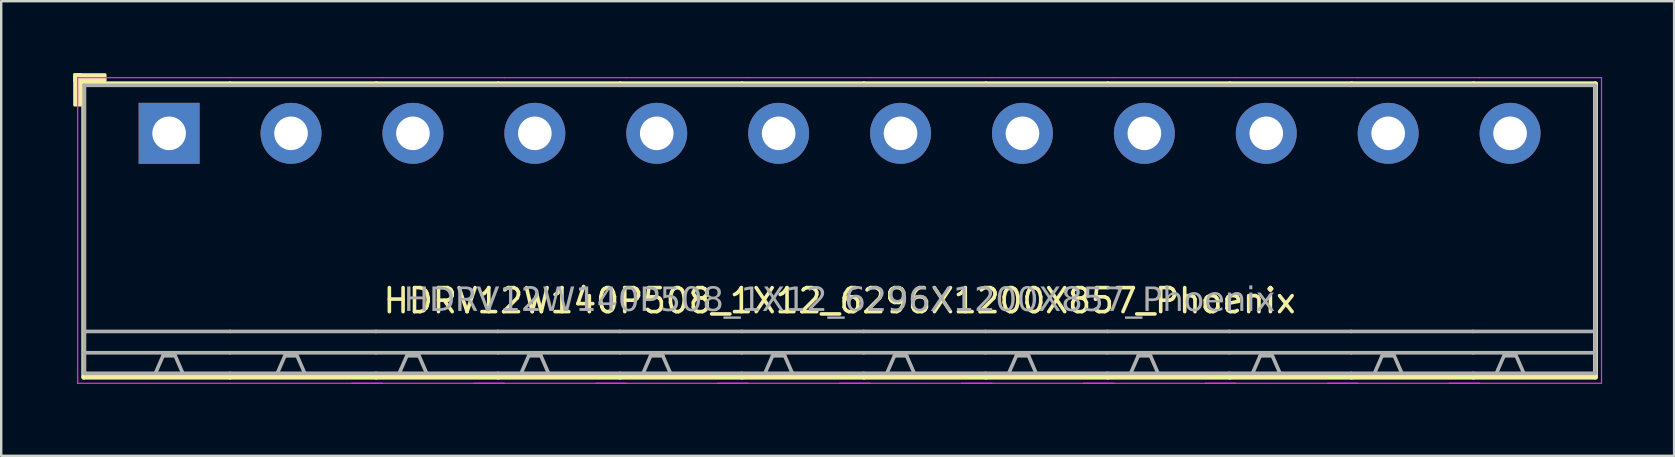
<source format=kicad_pcb>
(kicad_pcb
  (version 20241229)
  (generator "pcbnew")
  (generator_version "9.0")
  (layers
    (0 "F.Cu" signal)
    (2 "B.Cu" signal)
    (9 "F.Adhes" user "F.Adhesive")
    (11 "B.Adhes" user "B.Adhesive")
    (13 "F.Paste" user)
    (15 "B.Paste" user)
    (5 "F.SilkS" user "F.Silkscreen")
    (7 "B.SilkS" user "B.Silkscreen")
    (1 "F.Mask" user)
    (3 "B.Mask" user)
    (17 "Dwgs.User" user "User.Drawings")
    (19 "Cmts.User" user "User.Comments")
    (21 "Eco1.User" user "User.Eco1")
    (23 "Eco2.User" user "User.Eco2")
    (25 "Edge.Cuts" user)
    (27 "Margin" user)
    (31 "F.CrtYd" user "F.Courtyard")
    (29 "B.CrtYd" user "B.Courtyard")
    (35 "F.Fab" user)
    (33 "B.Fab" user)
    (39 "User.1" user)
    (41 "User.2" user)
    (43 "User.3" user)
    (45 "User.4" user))
  (footprint "HDRV12W140P508_1X12_6296X1200X857_Phoenix"
    (layer "F.Cu")
    (at 31.937 2.506)
    (property "Reference" "HDRV12W140P508_1X12_6296X1200X857_Phoenix" (at 0 6.975 0) (layer "F.SilkS") (effects (font (size 1 1) (thickness 0.15))))
    (attr through_hole)
    (fp_line (start -31.496 -2.065) (end -31.496 10.16) (stroke (width 0.203) (type solid)) (layer "F.SilkS"))
    (fp_line (start -31.496 10.16) (end -25.4 10.16) (stroke (width 0.203) (type solid)) (layer "F.SilkS"))
    (fp_line (start -25.4 -2.065) (end -31.496 -2.065) (stroke (width 0.203) (type solid)) (layer "F.SilkS"))
    (fp_line (start -25.4 -2.065) (end -19.304 -2.065) (stroke (width 0.203) (type solid)) (layer "F.SilkS"))
    (fp_line (start -19.304 -2.065) (end -14.224 -2.065) (stroke (width 0.203) (type solid)) (layer "F.SilkS"))
    (fp_line (start -19.304 10.16) (end -25.4 10.16) (stroke (width 0.203) (type solid)) (layer "F.SilkS"))
    (fp_line (start -14.224 -2.065) (end -9.144 -2.065) (stroke (width 0.203) (type solid)) (layer "F.SilkS"))
    (fp_line (start -14.224 10.16) (end -19.304 10.16) (stroke (width 0.203) (type solid)) (layer "F.SilkS"))
    (fp_line (start -9.144 -2.065) (end -4.064 -2.065) (stroke (width 0.203) (type solid)) (layer "F.SilkS"))
    (fp_line (start -9.144 10.16) (end -14.224 10.16) (stroke (width 0.203) (type solid)) (layer "F.SilkS"))
    (fp_line (start -4.064 -2.065) (end 1.016 -2.065) (stroke (width 0.203) (type solid)) (layer "F.SilkS"))
    (fp_line (start -4.064 10.16) (end -9.144 10.16) (stroke (width 0.203) (type solid)) (layer "F.SilkS"))
    (fp_line (start 1.016 -2.065) (end 6.096 -2.065) (stroke (width 0.203) (type solid)) (layer "F.SilkS"))
    (fp_line (start 1.016 10.16) (end -4.064 10.16) (stroke (width 0.203) (type solid)) (layer "F.SilkS"))
    (fp_line (start 6.096 -2.065) (end 11.176 -2.065) (stroke (width 0.203) (type solid)) (layer "F.SilkS"))
    (fp_line (start 6.096 10.16) (end 1.016 10.16) (stroke (width 0.203) (type solid)) (layer "F.SilkS"))
    (fp_line (start 11.176 -2.065) (end 16.256 -2.065) (stroke (width 0.203) (type solid)) (layer "F.SilkS"))
    (fp_line (start 11.176 10.16) (end 6.096 10.16) (stroke (width 0.203) (type solid)) (layer "F.SilkS"))
    (fp_line (start 16.256 -2.065) (end 21.336 -2.065) (stroke (width 0.203) (type solid)) (layer "F.SilkS"))
    (fp_line (start 16.256 10.16) (end 11.176 10.16) (stroke (width 0.203) (type solid)) (layer "F.SilkS"))
    (fp_line (start 21.336 -2.065) (end 26.416 -2.065) (stroke (width 0.203) (type solid)) (layer "F.SilkS"))
    (fp_line (start 21.336 10.16) (end 16.256 10.16) (stroke (width 0.203) (type solid)) (layer "F.SilkS"))
    (fp_line (start 26.416 -2.065) (end 31.496 -2.065) (stroke (width 0.203) (type solid)) (layer "F.SilkS"))
    (fp_line (start 26.416 10.16) (end 21.336 10.16) (stroke (width 0.203) (type solid)) (layer "F.SilkS"))
    (fp_line (start 31.496 -2.065) (end 31.496 10.16) (stroke (width 0.203) (type solid)) (layer "F.SilkS"))
    (fp_line (start 31.496 10.16) (end 26.416 10.16) (stroke (width 0.203) (type solid)) (layer "F.SilkS"))
    (fp_rect (start -31.877 -2.446) (end -31.623 -1.176) (stroke (width 0.12) (type solid)) (fill yes) (layer "F.SilkS"))
    (fp_rect (start -31.877 -2.446) (end -30.607 -2.192) (stroke (width 0.12) (type solid)) (fill yes) (layer "F.SilkS"))
    (fp_line (start -31.75 10.414) (end -31.75 -2.319) (stroke (width 0.05) (type solid)) (layer "F.CrtYd"))
    (fp_line (start -25.4 -2.319) (end -31.75 -2.319) (stroke (width 0.05) (type solid)) (layer "F.CrtYd"))
    (fp_line (start -25.4 -2.319) (end -19.05 -2.319) (stroke (width 0.05) (type solid)) (layer "F.CrtYd"))
    (fp_line (start -25.4 10.414) (end -31.75 10.414) (stroke (width 0.05) (type solid)) (layer "F.CrtYd"))
    (fp_line (start -25.4 10.414) (end -19.05 10.414) (stroke (width 0.05) (type solid)) (layer "F.CrtYd"))
    (fp_line (start -20.32 10.414) (end -13.97 10.414) (stroke (width 0.05) (type solid)) (layer "F.CrtYd"))
    (fp_line (start -19.05 -2.319) (end -13.97 -2.319) (stroke (width 0.05) (type solid)) (layer "F.CrtYd"))
    (fp_line (start -15.24 10.414) (end -8.89 10.414) (stroke (width 0.05) (type solid)) (layer "F.CrtYd"))
    (fp_line (start -13.97 -2.319) (end -8.89 -2.319) (stroke (width 0.05) (type solid)) (layer "F.CrtYd"))
    (fp_line (start -10.16 10.414) (end -3.81 10.414) (stroke (width 0.05) (type solid)) (layer "F.CrtYd"))
    (fp_line (start -8.89 -2.319) (end -3.81 -2.319) (stroke (width 0.05) (type solid)) (layer "F.CrtYd"))
    (fp_line (start -5.08 10.414) (end 1.27 10.414) (stroke (width 0.05) (type solid)) (layer "F.CrtYd"))
    (fp_line (start -3.81 -2.319) (end 1.27 -2.319) (stroke (width 0.05) (type solid)) (layer "F.CrtYd"))
    (fp_line (start 0 10.414) (end 6.35 10.414) (stroke (width 0.05) (type solid)) (layer "F.CrtYd"))
    (fp_line (start 1.27 -2.319) (end 6.35 -2.319) (stroke (width 0.05) (type solid)) (layer "F.CrtYd"))
    (fp_line (start 5.08 10.414) (end 11.43 10.414) (stroke (width 0.05) (type solid)) (layer "F.CrtYd"))
    (fp_line (start 6.35 -2.319) (end 11.43 -2.319) (stroke (width 0.05) (type solid)) (layer "F.CrtYd"))
    (fp_line (start 10.16 10.414) (end 16.51 10.414) (stroke (width 0.05) (type solid)) (layer "F.CrtYd"))
    (fp_line (start 11.43 -2.319) (end 16.51 -2.319) (stroke (width 0.05) (type solid)) (layer "F.CrtYd"))
    (fp_line (start 15.24 10.414) (end 21.59 10.414) (stroke (width 0.05) (type solid)) (layer "F.CrtYd"))
    (fp_line (start 16.51 -2.319) (end 21.59 -2.319) (stroke (width 0.05) (type solid)) (layer "F.CrtYd"))
    (fp_line (start 20.32 10.414) (end 26.67 10.414) (stroke (width 0.05) (type solid)) (layer "F.CrtYd"))
    (fp_line (start 21.59 -2.319) (end 26.67 -2.319) (stroke (width 0.05) (type solid)) (layer "F.CrtYd"))
    (fp_line (start 25.4 10.414) (end 31.75 10.414) (stroke (width 0.05) (type solid)) (layer "F.CrtYd"))
    (fp_line (start 26.67 -2.319) (end 31.75 -2.319) (stroke (width 0.05) (type solid)) (layer "F.CrtYd"))
    (fp_line (start 31.75 10.414) (end 31.75 -2.319) (stroke (width 0.05) (type solid)) (layer "F.CrtYd"))
    (fp_line (start -31.48 -2) (end -31.48 10) (stroke (width 0.152) (type solid)) (layer "F.Fab"))
    (fp_line (start -28.194 9.271) (end -28.512 10) (stroke (width 0.152) (type default)) (layer "F.Fab"))
    (fp_line (start -27.686 9.271) (end -28.194 9.271) (stroke (width 0.152) (type default)) (layer "F.Fab"))
    (fp_line (start -27.686 9.271) (end -27.369 10) (stroke (width 0.152) (type default)) (layer "F.Fab"))
    (fp_line (start -25.4 -2) (end -31.48 -2) (stroke (width 0.152) (type solid)) (layer "F.Fab"))
    (fp_line (start -25.4 -2) (end -19.32 -2) (stroke (width 0.152) (type solid)) (layer "F.Fab"))
    (fp_line (start -25.4 8.255) (end -31.48 8.255) (stroke (width 0.152) (type solid)) (layer "F.Fab"))
    (fp_line (start -25.4 8.255) (end -19.32 8.255) (stroke (width 0.152) (type solid)) (layer "F.Fab"))
    (fp_line (start -25.4 9.144) (end -31.48 9.144) (stroke (width 0.152) (type solid)) (layer "F.Fab"))
    (fp_line (start -25.4 9.144) (end -19.32 9.144) (stroke (width 0.152) (type solid)) (layer "F.Fab"))
    (fp_line (start -25.4 10) (end -31.48 10) (stroke (width 0.152) (type solid)) (layer "F.Fab"))
    (fp_line (start -25.4 10) (end -19.32 10) (stroke (width 0.152) (type solid)) (layer "F.Fab"))
    (fp_line (start -23.114 9.271) (end -23.431 10) (stroke (width 0.152) (type default)) (layer "F.Fab"))
    (fp_line (start -22.606 9.271) (end -23.114 9.271) (stroke (width 0.152) (type default)) (layer "F.Fab"))
    (fp_line (start -22.606 9.271) (end -22.288 10) (stroke (width 0.152) (type default)) (layer "F.Fab"))
    (fp_line (start -19.32 -2) (end -14.24 -2) (stroke (width 0.152) (type solid)) (layer "F.Fab"))
    (fp_line (start -19.32 8.255) (end -14.24 8.255) (stroke (width 0.152) (type solid)) (layer "F.Fab"))
    (fp_line (start -19.32 9.144) (end -14.24 9.144) (stroke (width 0.152) (type solid)) (layer "F.Fab"))
    (fp_line (start -19.32 10) (end -14.24 10) (stroke (width 0.152) (type solid)) (layer "F.Fab"))
    (fp_line (start -18.034 9.271) (end -18.352 10) (stroke (width 0.152) (type default)) (layer "F.Fab"))
    (fp_line (start -17.526 9.271) (end -18.034 9.271) (stroke (width 0.152) (type default)) (layer "F.Fab"))
    (fp_line (start -17.526 9.271) (end -17.209 10) (stroke (width 0.152) (type default)) (layer "F.Fab"))
    (fp_line (start -14.24 -2) (end -9.16 -2) (stroke (width 0.152) (type solid)) (layer "F.Fab"))
    (fp_line (start -14.24 8.255) (end -9.16 8.255) (stroke (width 0.152) (type solid)) (layer "F.Fab"))
    (fp_line (start -14.24 9.144) (end -9.16 9.144) (stroke (width 0.152) (type solid)) (layer "F.Fab"))
    (fp_line (start -14.24 10) (end -9.16 10) (stroke (width 0.152) (type solid)) (layer "F.Fab"))
    (fp_line (start -12.954 9.271) (end -13.271 10) (stroke (width 0.152) (type default)) (layer "F.Fab"))
    (fp_line (start -12.446 9.271) (end -12.954 9.271) (stroke (width 0.152) (type default)) (layer "F.Fab"))
    (fp_line (start -12.446 9.271) (end -12.129 10) (stroke (width 0.152) (type default)) (layer "F.Fab"))
    (fp_line (start -9.16 -2) (end -4.08 -2) (stroke (width 0.152) (type solid)) (layer "F.Fab"))
    (fp_line (start -9.16 8.255) (end -4.08 8.255) (stroke (width 0.152) (type solid)) (layer "F.Fab"))
    (fp_line (start -9.16 9.144) (end -4.08 9.144) (stroke (width 0.152) (type solid)) (layer "F.Fab"))
    (fp_line (start -9.16 10) (end -4.08 10) (stroke (width 0.152) (type solid)) (layer "F.Fab"))
    (fp_line (start -7.874 9.271) (end -8.191 10) (stroke (width 0.152) (type default)) (layer "F.Fab"))
    (fp_line (start -7.366 9.271) (end -7.874 9.271) (stroke (width 0.152) (type default)) (layer "F.Fab"))
    (fp_line (start -7.366 9.271) (end -7.048 10) (stroke (width 0.152) (type default)) (layer "F.Fab"))
    (fp_line (start -4.08 -2) (end 1 -2) (stroke (width 0.152) (type solid)) (layer "F.Fab"))
    (fp_line (start -4.08 8.255) (end 1 8.255) (stroke (width 0.152) (type solid)) (layer "F.Fab"))
    (fp_line (start -4.08 9.144) (end 1 9.144) (stroke (width 0.152) (type solid)) (layer "F.Fab"))
    (fp_line (start -4.08 10) (end 1 10) (stroke (width 0.152) (type solid)) (layer "F.Fab"))
    (fp_line (start -2.794 9.271) (end -3.111 10) (stroke (width 0.152) (type default)) (layer "F.Fab"))
    (fp_line (start -2.286 9.271) (end -2.794 9.271) (stroke (width 0.152) (type default)) (layer "F.Fab"))
    (fp_line (start -2.286 9.271) (end -1.968 10) (stroke (width 0.152) (type default)) (layer "F.Fab"))
    (fp_line (start 1 -2) (end 6.08 -2) (stroke (width 0.152) (type solid)) (layer "F.Fab"))
    (fp_line (start 1 8.255) (end 6.08 8.255) (stroke (width 0.152) (type solid)) (layer "F.Fab"))
    (fp_line (start 1 9.144) (end 6.08 9.144) (stroke (width 0.152) (type solid)) (layer "F.Fab"))
    (fp_line (start 1 10) (end 6.08 10) (stroke (width 0.152) (type solid)) (layer "F.Fab"))
    (fp_line (start 2.286 9.271) (end 1.968 10) (stroke (width 0.152) (type default)) (layer "F.Fab"))
    (fp_line (start 2.794 9.271) (end 2.286 9.271) (stroke (width 0.152) (type default)) (layer "F.Fab"))
    (fp_line (start 2.794 9.271) (end 3.111 10) (stroke (width 0.152) (type default)) (layer "F.Fab"))
    (fp_line (start 6.08 -2) (end 11.16 -2) (stroke (width 0.152) (type solid)) (layer "F.Fab"))
    (fp_line (start 6.08 8.255) (end 11.16 8.255) (stroke (width 0.152) (type solid)) (layer "F.Fab"))
    (fp_line (start 6.08 9.144) (end 11.16 9.144) (stroke (width 0.152) (type solid)) (layer "F.Fab"))
    (fp_line (start 6.08 10) (end 11.16 10) (stroke (width 0.152) (type solid)) (layer "F.Fab"))
    (fp_line (start 7.366 9.271) (end 7.048 10) (stroke (width 0.152) (type default)) (layer "F.Fab"))
    (fp_line (start 7.874 9.271) (end 7.366 9.271) (stroke (width 0.152) (type default)) (layer "F.Fab"))
    (fp_line (start 7.874 9.271) (end 8.191 10) (stroke (width 0.152) (type default)) (layer "F.Fab"))
    (fp_line (start 11.16 -2) (end 16.24 -2) (stroke (width 0.152) (type solid)) (layer "F.Fab"))
    (fp_line (start 11.16 8.255) (end 16.24 8.255) (stroke (width 0.152) (type solid)) (layer "F.Fab"))
    (fp_line (start 11.16 9.144) (end 16.24 9.144) (stroke (width 0.152) (type solid)) (layer "F.Fab"))
    (fp_line (start 11.16 10) (end 16.24 10) (stroke (width 0.152) (type solid)) (layer "F.Fab"))
    (fp_line (start 12.446 9.271) (end 12.129 10) (stroke (width 0.152) (type default)) (layer "F.Fab"))
    (fp_line (start 12.954 9.271) (end 12.446 9.271) (stroke (width 0.152) (type default)) (layer "F.Fab"))
    (fp_line (start 12.954 9.271) (end 13.271 10) (stroke (width 0.152) (type default)) (layer "F.Fab"))
    (fp_line (start 16.24 -2) (end 21.32 -2) (stroke (width 0.152) (type solid)) (layer "F.Fab"))
    (fp_line (start 16.24 8.255) (end 21.32 8.255) (stroke (width 0.152) (type solid)) (layer "F.Fab"))
    (fp_line (start 16.24 9.144) (end 21.32 9.144) (stroke (width 0.152) (type solid)) (layer "F.Fab"))
    (fp_line (start 16.24 10) (end 21.32 10) (stroke (width 0.152) (type solid)) (layer "F.Fab"))
    (fp_line (start 17.526 9.271) (end 17.209 10) (stroke (width 0.152) (type default)) (layer "F.Fab"))
    (fp_line (start 18.034 9.271) (end 17.526 9.271) (stroke (width 0.152) (type default)) (layer "F.Fab"))
    (fp_line (start 18.034 9.271) (end 18.352 10) (stroke (width 0.152) (type default)) (layer "F.Fab"))
    (fp_line (start 21.32 -2) (end 26.4 -2) (stroke (width 0.152) (type solid)) (layer "F.Fab"))
    (fp_line (start 21.32 8.255) (end 26.4 8.255) (stroke (width 0.152) (type solid)) (layer "F.Fab"))
    (fp_line (start 21.32 9.144) (end 26.4 9.144) (stroke (width 0.152) (type solid)) (layer "F.Fab"))
    (fp_line (start 21.32 10) (end 26.4 10) (stroke (width 0.152) (type solid)) (layer "F.Fab"))
    (fp_line (start 22.606 9.271) (end 22.288 10) (stroke (width 0.152) (type default)) (layer "F.Fab"))
    (fp_line (start 23.114 9.271) (end 22.606 9.271) (stroke (width 0.152) (type default)) (layer "F.Fab"))
    (fp_line (start 23.114 9.271) (end 23.431 10) (stroke (width 0.152) (type default)) (layer "F.Fab"))
    (fp_line (start 26.4 -2) (end 31.48 -2) (stroke (width 0.152) (type solid)) (layer "F.Fab"))
    (fp_line (start 26.4 8.255) (end 31.48 8.255) (stroke (width 0.152) (type solid)) (layer "F.Fab"))
    (fp_line (start 26.4 9.144) (end 31.48 9.144) (stroke (width 0.152) (type solid)) (layer "F.Fab"))
    (fp_line (start 26.4 10) (end 31.48 10) (stroke (width 0.152) (type solid)) (layer "F.Fab"))
    (fp_line (start 27.686 9.271) (end 27.369 10) (stroke (width 0.152) (type default)) (layer "F.Fab"))
    (fp_line (start 28.194 9.271) (end 27.686 9.271) (stroke (width 0.152) (type default)) (layer "F.Fab"))
    (fp_line (start 28.194 9.271) (end 28.512 10) (stroke (width 0.152) (type default)) (layer "F.Fab"))
    (fp_line (start 31.48 -2) (end 31.48 10) (stroke (width 0.152) (type solid)) (layer "F.Fab"))
    (fp_rect (start -28.194 -0.254) (end -27.686 0.254) (stroke (width 0.152) (type solid)) (fill no) (layer "F.Fab"))
    (fp_rect (start -22.606 -0.254) (end -23.114 0.254) (stroke (width 0.152) (type solid)) (fill no) (layer "F.Fab"))
    (fp_rect (start -17.526 -0.254) (end -18.034 0.254) (stroke (width 0.152) (type solid)) (fill no) (layer "F.Fab"))
    (fp_rect (start -12.446 -0.254) (end -12.954 0.254) (stroke (width 0.152) (type solid)) (fill no) (layer "F.Fab"))
    (fp_rect (start -7.366 -0.254) (end -7.874 0.254) (stroke (width 0.152) (type solid)) (fill no) (layer "F.Fab"))
    (fp_rect (start -2.286 -0.254) (end -2.794 0.254) (stroke (width 0.152) (type solid)) (fill no) (layer "F.Fab"))
    (fp_rect (start 2.794 -0.254) (end 2.286 0.254) (stroke (width 0.152) (type solid)) (fill no) (layer "F.Fab"))
    (fp_rect (start 7.874 -0.254) (end 7.366 0.254) (stroke (width 0.152) (type solid)) (fill no) (layer "F.Fab"))
    (fp_rect (start 12.954 -0.254) (end 12.446 0.254) (stroke (width 0.152) (type solid)) (fill no) (layer "F.Fab"))
    (fp_rect (start 18.034 -0.254) (end 17.526 0.254) (stroke (width 0.152) (type solid)) (fill no) (layer "F.Fab"))
    (fp_rect (start 23.114 -0.254) (end 22.606 0.254) (stroke (width 0.152) (type solid)) (fill no) (layer "F.Fab"))
    (fp_rect (start 28.194 -0.254) (end 27.686 0.254) (stroke (width 0.152) (type solid)) (fill no) (layer "F.Fab"))
    (fp_text user "${REFERENCE}" (at 0 6.985 0) (layer "F.Fab") (effects (font (face "Tahoma") (size 1 1) (thickness 0.15))))
    (pad "1" thru_hole rect (at -27.94 0) (size 2.54 2.54) (drill 1.4) (layers "*.Cu" "*.Mask"))
    (pad "2" thru_hole circle (at -22.86 0) (size 2.54 2.54) (drill 1.4) (layers "*.Cu" "*.Mask"))
    (pad "3" thru_hole circle (at -17.78 0) (size 2.54 2.54) (drill 1.4) (layers "*.Cu" "*.Mask"))
    (pad "4" thru_hole circle (at -12.7 0) (size 2.54 2.54) (drill 1.4) (layers "*.Cu" "*.Mask"))
    (pad "5" thru_hole circle (at -7.62 0) (size 2.54 2.54) (drill 1.4) (layers "*.Cu" "*.Mask"))
    (pad "6" thru_hole circle (at -2.54 0) (size 2.54 2.54) (drill 1.4) (layers "*.Cu" "*.Mask"))
    (pad "7" thru_hole circle (at 2.54 0) (size 2.54 2.54) (drill 1.4) (layers "*.Cu" "*.Mask"))
    (pad "8" thru_hole circle (at 7.62 0) (size 2.54 2.54) (drill 1.4) (layers "*.Cu" "*.Mask"))
    (pad "9" thru_hole circle (at 12.7 0) (size 2.54 2.54) (drill 1.4) (layers "*.Cu" "*.Mask"))
    (pad "10" thru_hole circle (at 17.78 0) (size 2.54 2.54) (drill 1.4) (layers "*.Cu" "*.Mask"))
    (pad "11" thru_hole circle (at 22.86 0) (size 2.54 2.54) (drill 1.4) (layers "*.Cu" "*.Mask"))
    (pad "12" thru_hole circle (at 27.94 0) (size 2.54 2.54) (drill 1.4) (layers "*.Cu" "*.Mask")))
  (gr_rect
    (start -3 -3)
    (end 66.712 15.945)
    (stroke (width 0.1) (type default))
    (fill no)
    (layer "Edge.Cuts")))
</source>
